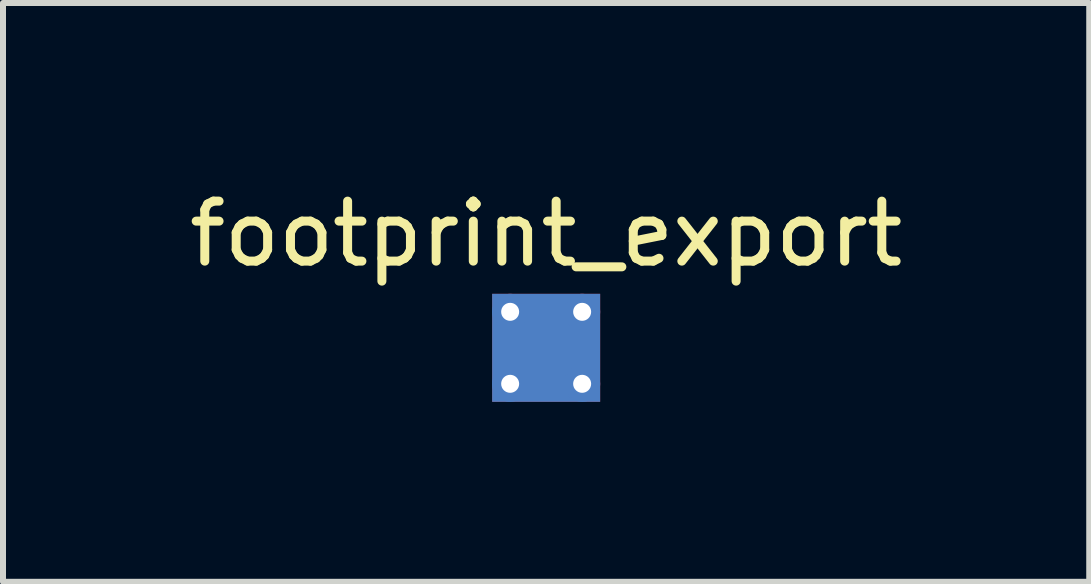
<source format=kicad_pcb>
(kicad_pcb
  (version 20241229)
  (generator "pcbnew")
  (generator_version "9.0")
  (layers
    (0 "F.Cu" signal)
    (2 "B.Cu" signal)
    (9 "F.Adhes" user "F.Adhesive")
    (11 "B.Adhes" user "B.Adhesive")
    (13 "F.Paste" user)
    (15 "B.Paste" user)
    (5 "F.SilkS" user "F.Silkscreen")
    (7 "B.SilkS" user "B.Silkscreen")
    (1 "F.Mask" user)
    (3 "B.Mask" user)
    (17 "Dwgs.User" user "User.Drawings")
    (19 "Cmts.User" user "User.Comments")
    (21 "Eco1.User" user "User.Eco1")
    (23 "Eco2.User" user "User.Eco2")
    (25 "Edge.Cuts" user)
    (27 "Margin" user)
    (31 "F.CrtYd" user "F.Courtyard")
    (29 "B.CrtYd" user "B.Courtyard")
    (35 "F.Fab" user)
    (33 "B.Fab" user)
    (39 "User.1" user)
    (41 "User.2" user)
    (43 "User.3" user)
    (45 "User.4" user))
  (footprint "footprint_export"
    (layer "F.Cu")
    (at 5.454 2.148)
    (property "Reference" "footprint_export" (at 0.6 -1.3 0) (layer "F.SilkS") (effects (font (size 1 1) (thickness 0.15))))
    (attr exclude_from_pos_files exclude_from_bom allow_missing_courtyard)
    (fp_poly (pts (xy -0.3 -0.3) (xy 1.5 -0.3) (xy 1.5 1.5) (xy -0.3 1.5)) (stroke (width 0) (type solid)) (fill yes) (layer "F.Cu"))
    (fp_poly (pts (xy -0.3 -0.3) (xy 1.5 -0.3) (xy 1.5 1.5) (xy -0.3 1.5)) (stroke (width 0) (type solid)) (fill yes) (layer "B.Cu"))
    (pad "1" thru_hole circle (at 0 0) (size 0.6 0.6) (drill 0.3) (layers "*.Cu"))
    (pad "2" thru_hole circle (at 1.2 0) (size 0.6 0.6) (drill 0.3) (layers "*.Cu"))
    (pad "3" thru_hole circle (at 0 1.2) (size 0.6 0.6) (drill 0.3) (layers "*.Cu"))
    (pad "4" thru_hole circle (at 1.2 1.2) (size 0.6 0.6) (drill 0.3) (layers "*.Cu")))
  (gr_rect
    (start -3 -3)
    (end 15.107 6.648)
    (stroke (width 0.1) (type default))
    (fill no)
    (layer "Edge.Cuts")))
</source>
